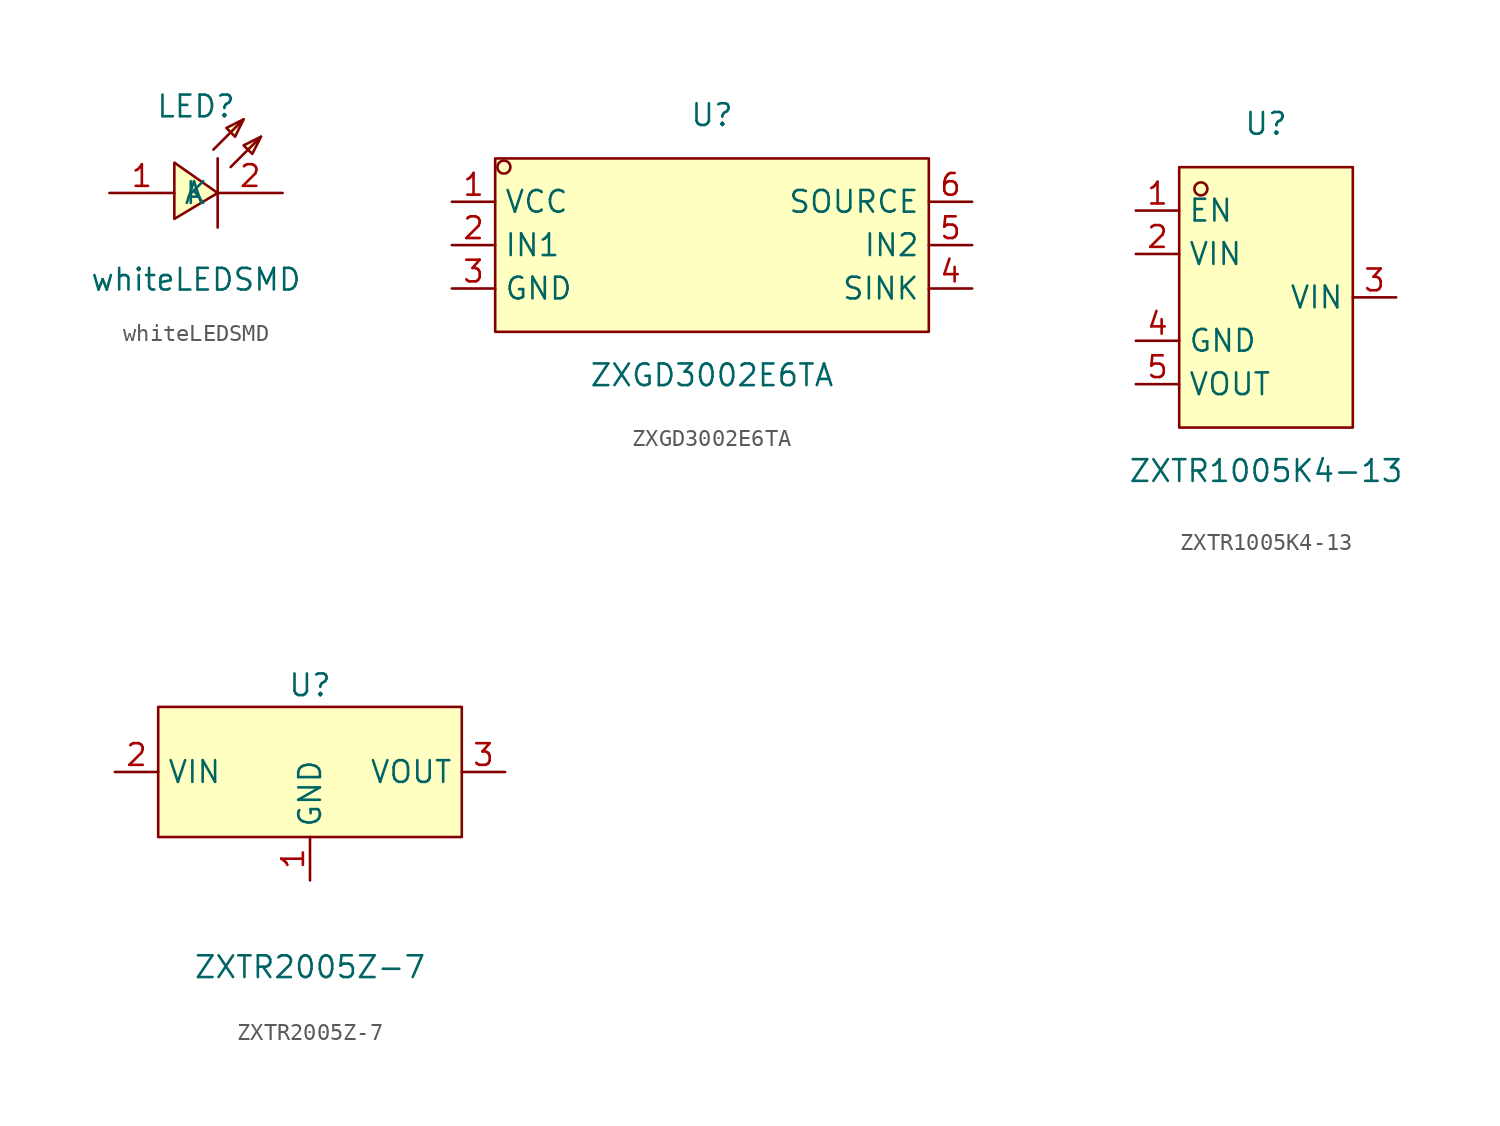
<source format=kicad_sym>
(kicad_symbol_lib
  (version 20231120)
  (generator "kicad_symbol_editor")
  (generator_version "8.0")
  (symbol "whiteLEDSMD"
    (property "Reference" "LED"
      (at 0 3.81 0)
      (effects (font (size 1.27 1.27))))
    (property "Value" "whiteLEDSMD"
      (at 0 -6.35 0)
      (effects (font (size 1.27 1.27))))
    (symbol "whiteLEDSMD_0_1"
      (polyline (pts (xy 1.02 1.27) (xy 2.79 3.05)) (stroke (width 0) (type default)) (fill (type none)))
      (polyline (pts (xy 1.27 0.76) (xy 1.27 -3.3)) (stroke (width 0) (type default)) (fill (type none)))
      (polyline (pts (xy 2.03 0.25) (xy 3.81 2.03)) (stroke (width 0) (type default)) (fill (type none)))
      (polyline (pts (xy -1.27 -2.79) (xy 1.27 -1.27) (xy -1.27 0.51) (xy -1.27 -2.79)) (stroke (width 0) (type default)) (fill (type background)))
      (polyline (pts (xy 2.79 3.05) (xy 1.78 2.54) (xy 2.29 2.03) (xy 2.79 3.05)) (stroke (width 0) (type default)) (fill (type background)))
      (polyline (pts (xy 3.81 2.03) (xy 2.79 1.52) (xy 3.3 1.02) (xy 3.81 2.03)) (stroke (width 0) (type default)) (fill (type background)))
      (pin unspecified line (at -5.08 -1.27 0) (length 3.81) (name "A" (effects (font (size 1.27 1.27)))) (number "1" (effects (font (size 1.27 1.27)))))
      (pin unspecified line (at 5.08 -1.27 180) (length 3.81) (name "K" (effects (font (size 1.27 1.27)))) (number "2" (effects (font (size 1.27 1.27)))))))
  (symbol "ZXGD3002E6TA"
    (property "Reference" "U"
      (at 0 7.62 0)
      (effects (font (size 1.27 1.27))))
    (property "Value" "ZXGD3002E6TA"
      (at 0 -7.62 0)
      (effects (font (size 1.27 1.27))))
    (symbol "ZXGD3002E6TA_0_1"
      (rectangle (start -12.7 5.08) (end 12.7 -5.08) (stroke (width 0) (type default)) (fill (type background)))
      (circle (center -12.19 4.57) (radius 0.38) (stroke (width 0) (type default)) (fill (type none)))
      (pin unspecified line (at -15.24 2.54 0) (length 2.54) (name "VCC" (effects (font (size 1.27 1.27)))) (number "1" (effects (font (size 1.27 1.27)))))
      (pin unspecified line (at -15.24 0 0) (length 2.54) (name "IN1" (effects (font (size 1.27 1.27)))) (number "2" (effects (font (size 1.27 1.27)))))
      (pin unspecified line (at -15.24 -2.54 0) (length 2.54) (name "GND" (effects (font (size 1.27 1.27)))) (number "3" (effects (font (size 1.27 1.27)))))
      (pin unspecified line (at 15.24 -2.54 180) (length 2.54) (name "SINK" (effects (font (size 1.27 1.27)))) (number "4" (effects (font (size 1.27 1.27)))))
      (pin unspecified line (at 15.24 0 180) (length 2.54) (name "IN2" (effects (font (size 1.27 1.27)))) (number "5" (effects (font (size 1.27 1.27)))))
      (pin unspecified line (at 15.24 2.54 180) (length 2.54) (name "SOURCE" (effects (font (size 1.27 1.27)))) (number "6" (effects (font (size 1.27 1.27)))))))
  (symbol "ZXTR1005K4-13"
    (property "Reference" "U"
      (at 0 10.16 0)
      (effects (font (size 1.27 1.27))))
    (property "Value" "ZXTR1005K4-13"
      (at 0 -10.16 0)
      (effects (font (size 1.27 1.27))))
    (symbol "ZXTR1005K4-13_0_1"
      (rectangle (start -5.08 7.62) (end 5.08 -7.62) (stroke (width 0) (type default)) (fill (type background)))
      (circle (center -3.81 6.35) (radius 0.38) (stroke (width 0) (type default)) (fill (type none)))
      (pin unspecified line (at -7.62 5.08 0) (length 2.54) (name "EN" (effects (font (size 1.27 1.27)))) (number "1" (effects (font (size 1.27 1.27)))))
      (pin unspecified line (at -7.62 2.54 0) (length 2.54) (name "VIN" (effects (font (size 1.27 1.27)))) (number "2" (effects (font (size 1.27 1.27)))))
      (pin unspecified line (at 7.62 0 180) (length 2.54) (name "VIN" (effects (font (size 1.27 1.27)))) (number "3" (effects (font (size 1.27 1.27)))))
      (pin unspecified line (at -7.62 -2.54 0) (length 2.54) (name "GND" (effects (font (size 1.27 1.27)))) (number "4" (effects (font (size 1.27 1.27)))))
      (pin unspecified line (at -7.62 -5.08 0) (length 2.54) (name "VOUT" (effects (font (size 1.27 1.27)))) (number "5" (effects (font (size 1.27 1.27)))))))
  (symbol "ZXTR2005Z-7"
    (property "Reference" "U"
      (at 0 5.08 0)
      (effects (font (size 1.27 1.27))))
    (property "Value" "ZXTR2005Z-7"
      (at 0 -11.43 0)
      (effects (font (size 1.27 1.27))))
    (symbol "ZXTR2005Z-7_0_1"
      (rectangle (start -8.89 3.81) (end 8.89 -3.81) (stroke (width 0) (type default)) (fill (type background)))
      (pin unspecified line (at 0 -6.35 90) (length 2.54) (name "GND" (effects (font (size 1.27 1.27)))) (number "1" (effects (font (size 1.27 1.27)))))
      (pin unspecified line (at -11.43 0 0) (length 2.54) (name "VIN" (effects (font (size 1.27 1.27)))) (number "2" (effects (font (size 1.27 1.27)))))
      (pin unspecified line (at 11.43 0 180) (length 2.54) (name "VOUT" (effects (font (size 1.27 1.27)))) (number "3" (effects (font (size 1.27 1.27))))))))
</source>
